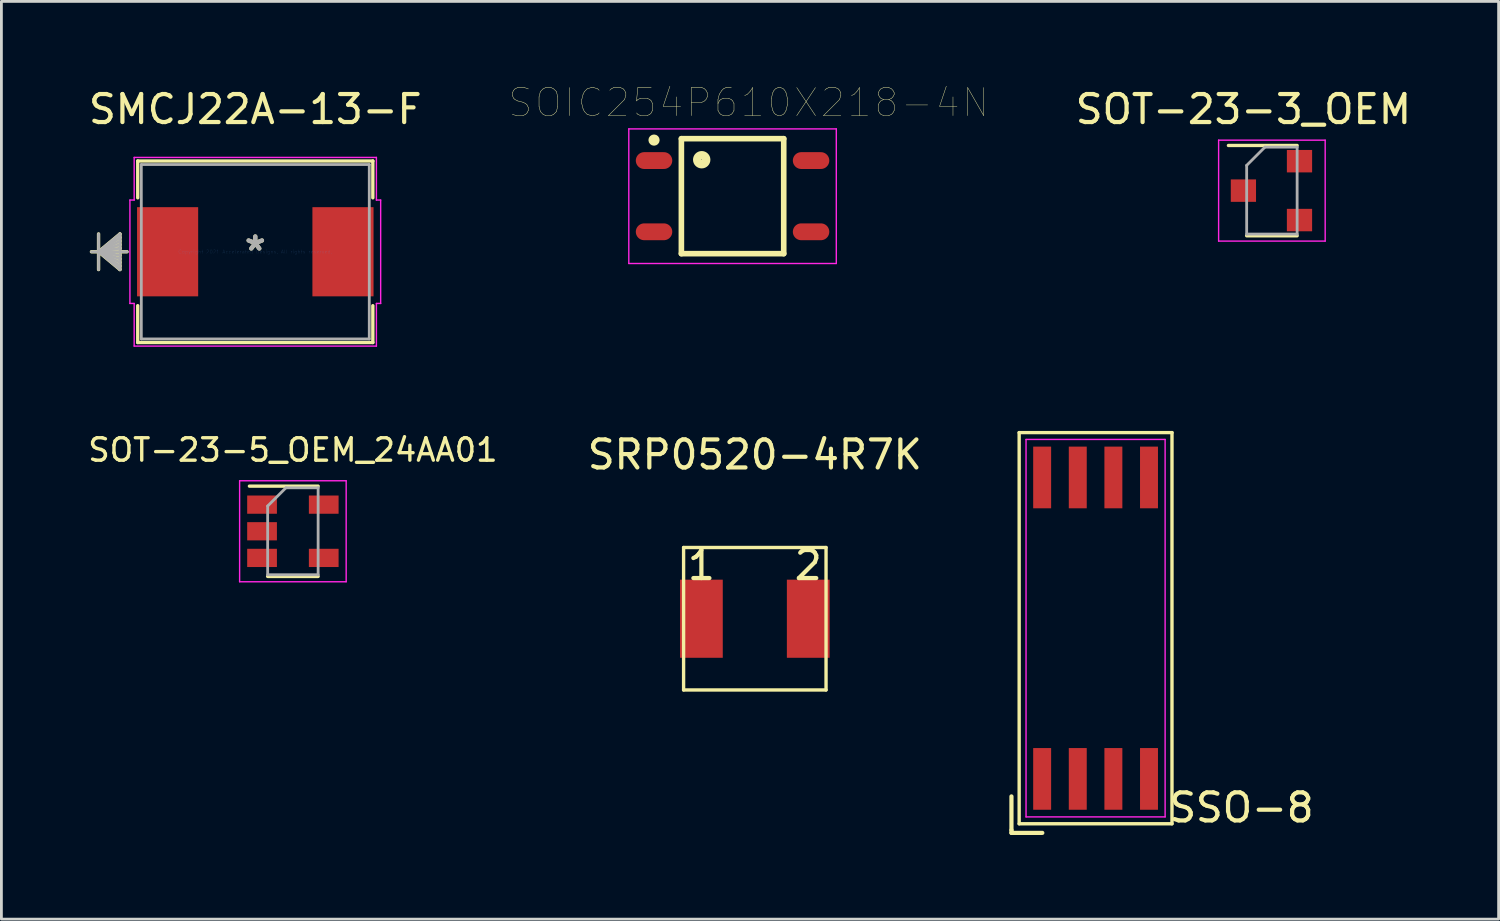
<source format=kicad_pcb>
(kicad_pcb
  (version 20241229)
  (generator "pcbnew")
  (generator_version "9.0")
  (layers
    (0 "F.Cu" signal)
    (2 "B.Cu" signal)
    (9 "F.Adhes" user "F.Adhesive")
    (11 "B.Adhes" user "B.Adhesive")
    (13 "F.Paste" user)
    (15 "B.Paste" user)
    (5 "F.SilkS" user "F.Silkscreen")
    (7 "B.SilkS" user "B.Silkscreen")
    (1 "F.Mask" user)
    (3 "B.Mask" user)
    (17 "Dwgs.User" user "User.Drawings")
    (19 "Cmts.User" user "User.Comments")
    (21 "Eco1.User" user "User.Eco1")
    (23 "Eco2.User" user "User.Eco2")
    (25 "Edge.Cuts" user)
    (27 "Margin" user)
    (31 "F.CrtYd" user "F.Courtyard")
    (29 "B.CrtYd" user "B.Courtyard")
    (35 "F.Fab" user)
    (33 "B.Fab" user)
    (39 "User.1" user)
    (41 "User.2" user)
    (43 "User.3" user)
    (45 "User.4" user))
  (footprint "SMCJ22A-13-F"
    (layer "F.Cu")
    (at 6.054 5.928)
    (property "Reference" "SMCJ22A-13-F" (at 0 -5.08 0) (layer "F.SilkS") (effects (font (size 1 1) (thickness 0.15))))
    (attr through_hole)
    (fp_line (start -5.589 -0.635) (end -5.589 0.635) (stroke (width 0.12) (type solid)) (layer "F.SilkS"))
    (fp_line (start -5.589 0) (end -4.827 -0.635) (stroke (width 0.12) (type solid)) (layer "F.SilkS"))
    (fp_line (start -5.589 0) (end -4.827 -0.508) (stroke (width 0.12) (type solid)) (layer "F.SilkS"))
    (fp_line (start -5.589 0) (end -4.827 -0.381) (stroke (width 0.12) (type solid)) (layer "F.SilkS"))
    (fp_line (start -5.589 0) (end -4.827 -0.254) (stroke (width 0.12) (type solid)) (layer "F.SilkS"))
    (fp_line (start -5.589 0) (end -4.827 -0.127) (stroke (width 0.12) (type solid)) (layer "F.SilkS"))
    (fp_line (start -5.589 0) (end -4.827 0.127) (stroke (width 0.12) (type solid)) (layer "F.SilkS"))
    (fp_line (start -5.589 0) (end -4.827 0.254) (stroke (width 0.12) (type solid)) (layer "F.SilkS"))
    (fp_line (start -5.589 0) (end -4.827 0.381) (stroke (width 0.12) (type solid)) (layer "F.SilkS"))
    (fp_line (start -5.589 0) (end -4.827 0.508) (stroke (width 0.12) (type solid)) (layer "F.SilkS"))
    (fp_line (start -5.589 0) (end -4.827 0.635) (stroke (width 0.12) (type solid)) (layer "F.SilkS"))
    (fp_line (start -4.827 -0.635) (end -4.827 0.635) (stroke (width 0.12) (type solid)) (layer "F.SilkS"))
    (fp_line (start -4.573 0) (end -5.843 0) (stroke (width 0.12) (type solid)) (layer "F.SilkS"))
    (fp_line (start -4.192 -3.237) (end -4.192 -1.923) (stroke (width 0.12) (type solid)) (layer "F.SilkS"))
    (fp_line (start -4.192 1.923) (end -4.192 3.237) (stroke (width 0.12) (type solid)) (layer "F.SilkS"))
    (fp_line (start -4.192 3.237) (end 4.192 3.237) (stroke (width 0.12) (type solid)) (layer "F.SilkS"))
    (fp_line (start 4.192 -3.237) (end -4.192 -3.237) (stroke (width 0.12) (type solid)) (layer "F.SilkS"))
    (fp_line (start 4.192 -1.923) (end 4.192 -3.237) (stroke (width 0.12) (type solid)) (layer "F.SilkS"))
    (fp_line (start 4.192 3.237) (end 4.192 1.923) (stroke (width 0.12) (type solid)) (layer "F.SilkS"))
    (fp_line (start -4.471 -1.844) (end -4.319 -1.844) (stroke (width 0.05) (type solid)) (layer "F.CrtYd"))
    (fp_line (start -4.471 1.844) (end -4.471 -1.844) (stroke (width 0.05) (type solid)) (layer "F.CrtYd"))
    (fp_line (start -4.319 -3.364) (end 4.319 -3.364) (stroke (width 0.05) (type solid)) (layer "F.CrtYd"))
    (fp_line (start -4.319 -1.844) (end -4.319 -3.364) (stroke (width 0.05) (type solid)) (layer "F.CrtYd"))
    (fp_line (start -4.319 1.844) (end -4.471 1.844) (stroke (width 0.05) (type solid)) (layer "F.CrtYd"))
    (fp_line (start -4.319 3.364) (end -4.319 1.844) (stroke (width 0.05) (type solid)) (layer "F.CrtYd"))
    (fp_line (start 4.319 -3.364) (end 4.319 -1.844) (stroke (width 0.05) (type solid)) (layer "F.CrtYd"))
    (fp_line (start 4.319 -1.844) (end 4.471 -1.844) (stroke (width 0.05) (type solid)) (layer "F.CrtYd"))
    (fp_line (start 4.319 1.844) (end 4.319 3.364) (stroke (width 0.05) (type solid)) (layer "F.CrtYd"))
    (fp_line (start 4.319 3.364) (end -4.319 3.364) (stroke (width 0.05) (type solid)) (layer "F.CrtYd"))
    (fp_line (start 4.471 -1.844) (end 4.471 1.844) (stroke (width 0.05) (type solid)) (layer "F.CrtYd"))
    (fp_line (start 4.471 1.844) (end 4.319 1.844) (stroke (width 0.05) (type solid)) (layer "F.CrtYd"))
    (fp_line (start -5.589 -0.635) (end -5.589 0.635) (stroke (width 0.1) (type solid)) (layer "F.Fab"))
    (fp_line (start -5.589 0) (end -4.827 -0.635) (stroke (width 0.1) (type solid)) (layer "F.Fab"))
    (fp_line (start -5.589 0) (end -4.827 -0.508) (stroke (width 0.1) (type solid)) (layer "F.Fab"))
    (fp_line (start -5.589 0) (end -4.827 -0.381) (stroke (width 0.1) (type solid)) (layer "F.Fab"))
    (fp_line (start -5.589 0) (end -4.827 -0.254) (stroke (width 0.1) (type solid)) (layer "F.Fab"))
    (fp_line (start -5.589 0) (end -4.827 -0.127) (stroke (width 0.1) (type solid)) (layer "F.Fab"))
    (fp_line (start -5.589 0) (end -4.827 0.127) (stroke (width 0.1) (type solid)) (layer "F.Fab"))
    (fp_line (start -5.589 0) (end -4.827 0.254) (stroke (width 0.1) (type solid)) (layer "F.Fab"))
    (fp_line (start -5.589 0) (end -4.827 0.381) (stroke (width 0.1) (type solid)) (layer "F.Fab"))
    (fp_line (start -5.589 0) (end -4.827 0.508) (stroke (width 0.1) (type solid)) (layer "F.Fab"))
    (fp_line (start -5.589 0) (end -4.827 0.635) (stroke (width 0.1) (type solid)) (layer "F.Fab"))
    (fp_line (start -4.827 -0.635) (end -4.827 0.635) (stroke (width 0.1) (type solid)) (layer "F.Fab"))
    (fp_line (start -4.573 0) (end -5.843 0) (stroke (width 0.1) (type solid)) (layer "F.Fab"))
    (fp_line (start -4.065 -3.11) (end -4.065 3.11) (stroke (width 0.1) (type solid)) (layer "F.Fab"))
    (fp_line (start -4.065 3.11) (end 4.065 3.11) (stroke (width 0.1) (type solid)) (layer "F.Fab"))
    (fp_line (start 4.065 -3.11) (end -4.065 -3.11) (stroke (width 0.1) (type solid)) (layer "F.Fab"))
    (fp_line (start 4.065 3.11) (end 4.065 -3.11) (stroke (width 0.1) (type solid)) (layer "F.Fab"))
    (fp_text user "*" (at 0 0 0) (layer "F.SilkS") (effects (font (size 1 1) (thickness 0.15))))
    (fp_text user "Copyright 2021 Accelerated Designs. All rights reserved." (at 0 0 0) (layer "Cmts.User") (effects (font (size 0.127 0.127) (thickness 0.002))))
    (fp_text user "*" (at 0 0 0) (layer "F.Fab") (effects (font (size 1 1) (thickness 0.15))))
    (pad "1" smd rect (at -3.127 0 90) (size 3.18 2.18) (layers "F.Cu" "F.Mask" "F.Paste"))
    (pad "2" smd rect (at 3.127 0 90) (size 3.18 2.18) (layers "F.Cu" "F.Mask" "F.Paste")))
  (footprint "SSO-8"
    (layer "F.Cu")
    (at 36.02 19.352)
    (property "Reference" "SSO-8" (at 5.2 6.4 180) (layer "F.SilkS") (effects (font (size 1 1) (thickness 0.15))))
    (attr smd)
    (fp_line (start -3 6) (end -3 7.2) (stroke (width 0.15) (type solid)) (layer "F.SilkS"))
    (fp_line (start -3 7.2) (end -3 7.3) (stroke (width 0.15) (type solid)) (layer "F.SilkS"))
    (fp_line (start -3 7.3) (end -1.9 7.3) (stroke (width 0.15) (type solid)) (layer "F.SilkS"))
    (fp_line (start -2.725 -6.975) (end 2.725 -6.975) (stroke (width 0.12) (type solid)) (layer "F.SilkS"))
    (fp_line (start -2.725 6.975) (end -2.725 -6.975) (stroke (width 0.12) (type solid)) (layer "F.SilkS"))
    (fp_line (start 2.725 -6.975) (end 2.725 6.975) (stroke (width 0.12) (type solid)) (layer "F.SilkS"))
    (fp_line (start 2.725 6.975) (end -2.725 6.975) (stroke (width 0.12) (type solid)) (layer "F.SilkS"))
    (fp_line (start -2.48 -6.73) (end 2.48 -6.73) (stroke (width 0.05) (type solid)) (layer "F.CrtYd"))
    (fp_line (start -2.48 6.73) (end -2.48 -6.73) (stroke (width 0.05) (type solid)) (layer "F.CrtYd"))
    (fp_line (start 2.48 -6.73) (end 2.48 6.73) (stroke (width 0.05) (type solid)) (layer "F.CrtYd"))
    (fp_line (start 2.48 6.73) (end -2.48 6.73) (stroke (width 0.05) (type solid)) (layer "F.CrtYd"))
    (pad "1" smd rect (at -1.905 5.375) (size 0.64 2.2) (layers "F.Cu" "F.Mask" "F.Paste"))
    (pad "2" smd rect (at -0.635 5.375) (size 0.64 2.2) (layers "F.Cu" "F.Mask" "F.Paste"))
    (pad "3" smd rect (at 0.635 5.375) (size 0.64 2.2) (layers "F.Cu" "F.Mask" "F.Paste"))
    (pad "4" smd rect (at 1.905 5.375) (size 0.64 2.2) (layers "F.Cu" "F.Mask" "F.Paste"))
    (pad "5" smd rect (at 1.905 -5.375) (size 0.64 2.2) (layers "F.Cu" "F.Mask" "F.Paste"))
    (pad "6" smd rect (at 0.635 -5.375) (size 0.64 2.2) (layers "F.Cu" "F.Mask" "F.Paste"))
    (pad "7" smd rect (at -0.635 -5.375) (size 0.64 2.2) (layers "F.Cu" "F.Mask" "F.Paste"))
    (pad "8" smd rect (at -1.905 -5.375) (size 0.64 2.2) (layers "F.Cu" "F.Mask" "F.Paste")))
  (footprint "SOT-23-5_OEM_24AA01"
    (layer "F.Cu")
    (at 7.395 15.896)
    (property "Reference" "SOT-23-5_OEM_24AA01" (at 0 -2.9 0) (layer "F.SilkS") (effects (font (size 0.8 0.8) (thickness 0.12))))
    (attr smd)
    (fp_line (start -0.9 1.61) (end 0.9 1.61) (stroke (width 0.12) (type solid)) (layer "F.SilkS"))
    (fp_line (start 0.9 -1.61) (end -1.55 -1.61) (stroke (width 0.12) (type solid)) (layer "F.SilkS"))
    (fp_line (start -1.9 -1.8) (end 1.9 -1.8) (stroke (width 0.05) (type solid)) (layer "F.CrtYd"))
    (fp_line (start -1.9 1.8) (end -1.9 -1.8) (stroke (width 0.05) (type solid)) (layer "F.CrtYd"))
    (fp_line (start 1.9 -1.8) (end 1.9 1.8) (stroke (width 0.05) (type solid)) (layer "F.CrtYd"))
    (fp_line (start 1.9 1.8) (end -1.9 1.8) (stroke (width 0.05) (type solid)) (layer "F.CrtYd"))
    (fp_line (start -0.9 -0.9) (end -0.9 1.55) (stroke (width 0.1) (type solid)) (layer "F.Fab"))
    (fp_line (start -0.9 -0.9) (end -0.25 -1.55) (stroke (width 0.1) (type solid)) (layer "F.Fab"))
    (fp_line (start 0.9 -1.55) (end -0.25 -1.55) (stroke (width 0.1) (type solid)) (layer "F.Fab"))
    (fp_line (start 0.9 -1.55) (end 0.9 1.55) (stroke (width 0.1) (type solid)) (layer "F.Fab"))
    (fp_line (start 0.9 1.55) (end -0.9 1.55) (stroke (width 0.1) (type solid)) (layer "F.Fab"))
    (pad "1" smd rect (at -1.1 -0.95) (size 1.06 0.65) (layers "F.Cu" "F.Mask" "F.Paste"))
    (pad "2" smd rect (at -1.1 0) (size 1.06 0.65) (layers "F.Cu" "F.Mask" "F.Paste"))
    (pad "3" smd rect (at -1.1 0.95) (size 1.06 0.65) (layers "F.Cu" "F.Mask" "F.Paste"))
    (pad "4" smd rect (at 1.1 0.95) (size 1.06 0.65) (layers "F.Cu" "F.Mask" "F.Paste"))
    (pad "5" smd rect (at 1.1 -0.95) (size 1.06 0.65) (layers "F.Cu" "F.Mask" "F.Paste")))
  (footprint "SOT-23-3_OEM"
    (layer "F.Cu")
    (at 41.292 3.748)
    (property "Reference" "SOT-23-3_OEM" (at 0 -2.9 0) (layer "F.SilkS") (effects (font (size 1 1) (thickness 0.15))))
    (attr smd)
    (fp_line (start 0.116 1.61) (end 1.916 1.61) (stroke (width 0.12) (type solid)) (layer "F.SilkS"))
    (fp_line (start 1.916 -1.61) (end -0.534 -1.61) (stroke (width 0.12) (type solid)) (layer "F.SilkS"))
    (fp_line (start -0.884 -1.8) (end 2.916 -1.8) (stroke (width 0.05) (type solid)) (layer "F.CrtYd"))
    (fp_line (start -0.884 1.8) (end -0.884 -1.8) (stroke (width 0.05) (type solid)) (layer "F.CrtYd"))
    (fp_line (start 2.916 -1.8) (end 2.916 1.8) (stroke (width 0.05) (type solid)) (layer "F.CrtYd"))
    (fp_line (start 2.916 1.8) (end -0.884 1.8) (stroke (width 0.05) (type solid)) (layer "F.CrtYd"))
    (fp_line (start 0.116 -0.9) (end 0.116 1.55) (stroke (width 0.1) (type solid)) (layer "F.Fab"))
    (fp_line (start 0.116 -0.9) (end 0.766 -1.55) (stroke (width 0.1) (type solid)) (layer "F.Fab"))
    (fp_line (start 1.916 -1.55) (end 0.766 -1.55) (stroke (width 0.1) (type solid)) (layer "F.Fab"))
    (fp_line (start 1.916 -1.55) (end 1.916 1.55) (stroke (width 0.1) (type solid)) (layer "F.Fab"))
    (fp_line (start 1.916 1.55) (end 0.116 1.55) (stroke (width 0.1) (type solid)) (layer "F.Fab"))
    (pad "1" smd rect (at 0 0) (size 0.9 0.8) (layers "F.Cu" "F.Mask" "F.Paste"))
    (pad "2" smd rect (at 2 1.05) (size 0.9 0.8) (layers "F.Cu" "F.Mask" "F.Paste"))
    (pad "3" smd rect (at 2 -1.05) (size 0.9 0.8) (layers "F.Cu" "F.Mask" "F.Paste")))
  (footprint "SRP0520-4R7K"
    (layer "F.Cu")
    (at 23.868 19.015)
    (property "Reference" "SRP0520-4R7K" (at 0 -5.85 0) (layer "F.SilkS") (effects (font (size 1 1) (thickness 0.15))))
    (attr smd)
    (fp_line (start -2.54 -2.54) (end 2.54 -2.54) (stroke (width 0.12) (type solid)) (layer "F.SilkS"))
    (fp_line (start -2.54 2.54) (end -2.54 -2.54) (stroke (width 0.12) (type solid)) (layer "F.SilkS"))
    (fp_line (start 2.54 -2.54) (end 2.54 2.54) (stroke (width 0.12) (type solid)) (layer "F.SilkS"))
    (fp_line (start 2.54 2.54) (end -2.54 2.54) (stroke (width 0.12) (type solid)) (layer "F.SilkS"))
    (fp_text user "2" (at 1.905 -1.905 0) (layer "F.SilkS") (effects (font (size 1 1) (thickness 0.15))))
    (fp_text user "1" (at -1.905 -1.905 0) (layer "F.SilkS") (effects (font (size 1 1) (thickness 0.15))))
    (pad "1" smd rect (at -1.905 0) (size 1.524 2.786) (layers "F.Cu" "F.Mask" "F.Paste"))
    (pad "2" smd rect (at 1.905 0) (size 1.524 2.786) (layers "F.Cu" "F.Mask" "F.Paste")))
  (footprint "SOIC254P610X218-4N"
    (layer "F.Cu")
    (at 23.074 3.946)
    (property "Reference" "SOIC254P610X218-4N" (at 0.575 -3.335 0) (layer "F.SilkS") (effects (font (size 1 1) (thickness 0.015))))
    (attr through_hole)
    (fp_line (start -1.825 -2.05) (end 1.825 -2.05) (stroke (width 0.2) (type solid)) (layer "F.SilkS"))
    (fp_line (start -1.825 2.05) (end -1.825 -2.05) (stroke (width 0.2) (type solid)) (layer "F.SilkS"))
    (fp_line (start 1.825 -2.05) (end 1.825 2.05) (stroke (width 0.2) (type solid)) (layer "F.SilkS"))
    (fp_line (start 1.825 2.05) (end -1.825 2.05) (stroke (width 0.2) (type solid)) (layer "F.SilkS"))
    (fp_circle (center -2.8 -2) (end -2.7 -2) (stroke (width 0.2) (type solid)) (fill no) (layer "F.SilkS"))
    (fp_circle (center -1.1 -1.3) (end -0.94 -1.3) (stroke (width 0.3) (type solid)) (fill no) (layer "F.SilkS"))
    (fp_line (start -3.7 -2.4) (end 3.7 -2.4) (stroke (width 0.05) (type solid)) (layer "F.CrtYd"))
    (fp_line (start -3.7 2.4) (end -3.7 -2.4) (stroke (width 0.05) (type solid)) (layer "F.CrtYd"))
    (fp_line (start 3.7 -2.4) (end 3.7 2.4) (stroke (width 0.05) (type solid)) (layer "F.CrtYd"))
    (fp_line (start 3.7 2.4) (end -3.7 2.4) (stroke (width 0.05) (type solid)) (layer "F.CrtYd"))
    (pad "1" smd oval (at -2.8 -1.27) (size 1.3 0.6) (layers "F.Cu" "F.Mask" "F.Paste"))
    (pad "2" smd oval (at -2.8 1.27) (size 1.3 0.6) (layers "F.Cu" "F.Mask" "F.Paste"))
    (pad "3" smd oval (at 2.8 1.27) (size 1.3 0.6) (layers "F.Cu" "F.Mask" "F.Paste"))
    (pad "4" smd oval (at 2.8 -1.27) (size 1.3 0.6) (layers "F.Cu" "F.Mask" "F.Paste")))
  (gr_rect
    (start -3 -3)
    (end 50.393 29.727)
    (stroke (width 0.1) (type default))
    (fill no)
    (layer "Edge.Cuts")))
</source>
